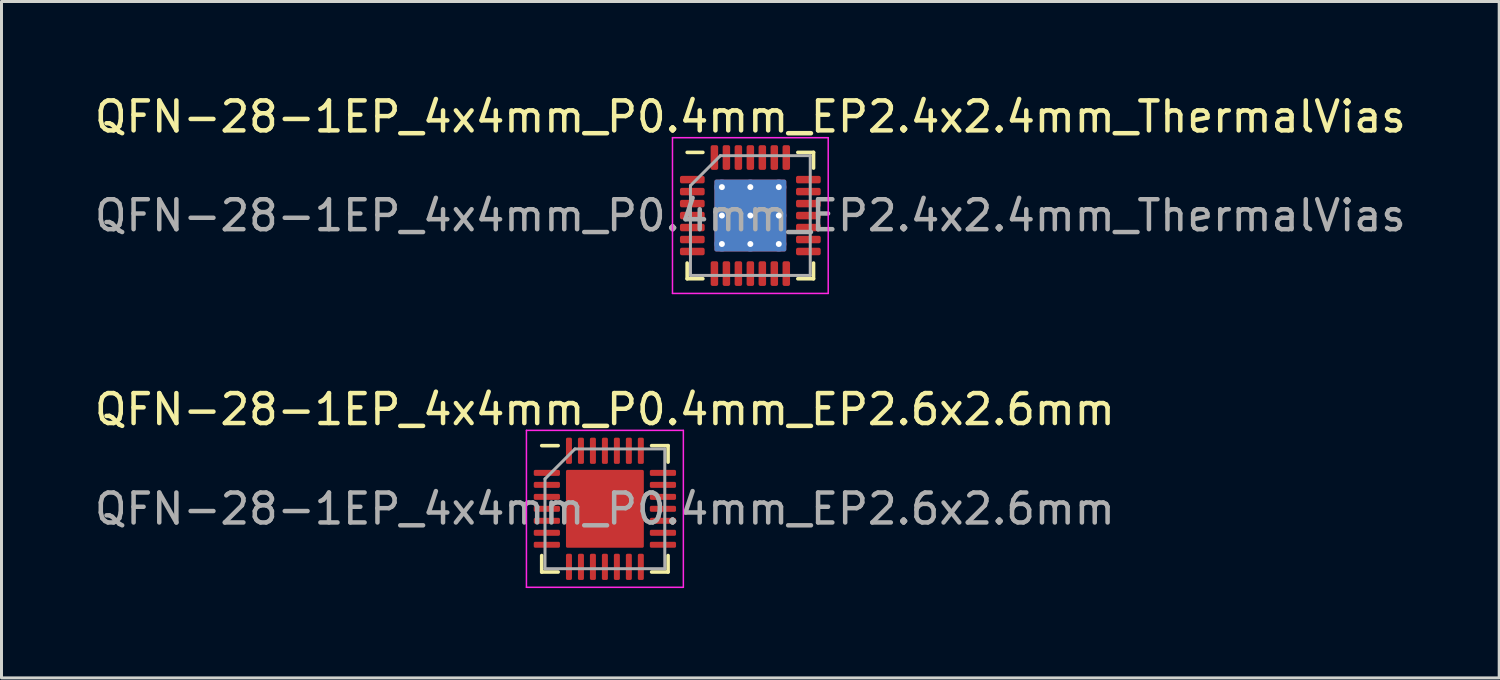
<source format=kicad_pcb>
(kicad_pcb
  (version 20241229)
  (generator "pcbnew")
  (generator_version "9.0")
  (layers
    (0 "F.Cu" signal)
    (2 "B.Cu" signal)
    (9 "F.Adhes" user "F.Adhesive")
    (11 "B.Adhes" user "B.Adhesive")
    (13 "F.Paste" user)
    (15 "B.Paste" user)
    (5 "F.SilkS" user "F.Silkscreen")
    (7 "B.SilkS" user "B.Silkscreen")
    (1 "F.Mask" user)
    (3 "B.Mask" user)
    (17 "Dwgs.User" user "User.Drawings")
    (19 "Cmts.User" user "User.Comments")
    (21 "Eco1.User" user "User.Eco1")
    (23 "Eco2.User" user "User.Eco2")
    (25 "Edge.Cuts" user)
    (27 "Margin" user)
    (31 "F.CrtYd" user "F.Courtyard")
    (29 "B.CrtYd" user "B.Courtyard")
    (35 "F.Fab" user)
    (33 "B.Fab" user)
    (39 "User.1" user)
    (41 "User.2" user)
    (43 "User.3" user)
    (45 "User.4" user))
  (footprint "QFN-28-1EP_4x4mm_P0.4mm_EP2.6x2.6mm"
    (layer "F.Cu")
    (at 17.149 13.941)
    (property "Reference" "QFN-28-1EP_4x4mm_P0.4mm_EP2.6x2.6mm" (at 0 -3.32 0) (layer "F.SilkS") (effects (font (size 1 1) (thickness 0.15))))
    (attr smd)
    (fp_line (start -2.11 2.11) (end -2.11 1.56) (stroke (width 0.12) (type solid)) (layer "F.SilkS"))
    (fp_line (start -1.56 -2.11) (end -2.11 -2.11) (stroke (width 0.12) (type solid)) (layer "F.SilkS"))
    (fp_line (start -1.56 2.11) (end -2.11 2.11) (stroke (width 0.12) (type solid)) (layer "F.SilkS"))
    (fp_line (start 1.56 -2.11) (end 2.11 -2.11) (stroke (width 0.12) (type solid)) (layer "F.SilkS"))
    (fp_line (start 1.56 2.11) (end 2.11 2.11) (stroke (width 0.12) (type solid)) (layer "F.SilkS"))
    (fp_line (start 2.11 -2.11) (end 2.11 -1.56) (stroke (width 0.12) (type solid)) (layer "F.SilkS"))
    (fp_line (start 2.11 2.11) (end 2.11 1.56) (stroke (width 0.12) (type solid)) (layer "F.SilkS"))
    (fp_line (start -2.62 -2.62) (end -2.62 2.62) (stroke (width 0.05) (type solid)) (layer "F.CrtYd"))
    (fp_line (start -2.62 2.62) (end 2.62 2.62) (stroke (width 0.05) (type solid)) (layer "F.CrtYd"))
    (fp_line (start 2.62 -2.62) (end -2.62 -2.62) (stroke (width 0.05) (type solid)) (layer "F.CrtYd"))
    (fp_line (start 2.62 2.62) (end 2.62 -2.62) (stroke (width 0.05) (type solid)) (layer "F.CrtYd"))
    (fp_line (start -2 -1) (end -1 -2) (stroke (width 0.1) (type solid)) (layer "F.Fab"))
    (fp_line (start -2 2) (end -2 -1) (stroke (width 0.1) (type solid)) (layer "F.Fab"))
    (fp_line (start -1 -2) (end 2 -2) (stroke (width 0.1) (type solid)) (layer "F.Fab"))
    (fp_line (start 2 -2) (end 2 2) (stroke (width 0.1) (type solid)) (layer "F.Fab"))
    (fp_line (start 2 2) (end -2 2) (stroke (width 0.1) (type solid)) (layer "F.Fab"))
    (fp_text user "${REFERENCE}" (at 0 0 0) (layer "F.Fab") (effects (font (size 1 1) (thickness 0.15))))
    (pad "" smd roundrect (at -0.65 -0.65) (size 1.05 1.05) (layers "F.Paste") (roundrect_rratio 0.238))
    (pad "" smd roundrect (at -0.65 0.65) (size 1.05 1.05) (layers "F.Paste") (roundrect_rratio 0.238))
    (pad "" smd roundrect (at 0.65 -0.65) (size 1.05 1.05) (layers "F.Paste") (roundrect_rratio 0.238))
    (pad "" smd roundrect (at 0.65 0.65) (size 1.05 1.05) (layers "F.Paste") (roundrect_rratio 0.238))
    (pad "1" smd roundrect (at -1.938 -1.2) (size 0.875 0.2) (layers "F.Cu" "F.Mask" "F.Paste") (roundrect_rratio 0.25))
    (pad "2" smd roundrect (at -1.938 -0.8) (size 0.875 0.2) (layers "F.Cu" "F.Mask" "F.Paste") (roundrect_rratio 0.25))
    (pad "3" smd roundrect (at -1.938 -0.4) (size 0.875 0.2) (layers "F.Cu" "F.Mask" "F.Paste") (roundrect_rratio 0.25))
    (pad "4" smd roundrect (at -1.938 0) (size 0.875 0.2) (layers "F.Cu" "F.Mask" "F.Paste") (roundrect_rratio 0.25))
    (pad "5" smd roundrect (at -1.938 0.4) (size 0.875 0.2) (layers "F.Cu" "F.Mask" "F.Paste") (roundrect_rratio 0.25))
    (pad "6" smd roundrect (at -1.938 0.8) (size 0.875 0.2) (layers "F.Cu" "F.Mask" "F.Paste") (roundrect_rratio 0.25))
    (pad "7" smd roundrect (at -1.938 1.2) (size 0.875 0.2) (layers "F.Cu" "F.Mask" "F.Paste") (roundrect_rratio 0.25))
    (pad "8" smd roundrect (at -1.2 1.938) (size 0.2 0.875) (layers "F.Cu" "F.Mask" "F.Paste") (roundrect_rratio 0.25))
    (pad "9" smd roundrect (at -0.8 1.938) (size 0.2 0.875) (layers "F.Cu" "F.Mask" "F.Paste") (roundrect_rratio 0.25))
    (pad "10" smd roundrect (at -0.4 1.938) (size 0.2 0.875) (layers "F.Cu" "F.Mask" "F.Paste") (roundrect_rratio 0.25))
    (pad "11" smd roundrect (at 0 1.938) (size 0.2 0.875) (layers "F.Cu" "F.Mask" "F.Paste") (roundrect_rratio 0.25))
    (pad "12" smd roundrect (at 0.4 1.938) (size 0.2 0.875) (layers "F.Cu" "F.Mask" "F.Paste") (roundrect_rratio 0.25))
    (pad "13" smd roundrect (at 0.8 1.938) (size 0.2 0.875) (layers "F.Cu" "F.Mask" "F.Paste") (roundrect_rratio 0.25))
    (pad "14" smd roundrect (at 1.2 1.938) (size 0.2 0.875) (layers "F.Cu" "F.Mask" "F.Paste") (roundrect_rratio 0.25))
    (pad "15" smd roundrect (at 1.938 1.2) (size 0.875 0.2) (layers "F.Cu" "F.Mask" "F.Paste") (roundrect_rratio 0.25))
    (pad "16" smd roundrect (at 1.938 0.8) (size 0.875 0.2) (layers "F.Cu" "F.Mask" "F.Paste") (roundrect_rratio 0.25))
    (pad "17" smd roundrect (at 1.938 0.4) (size 0.875 0.2) (layers "F.Cu" "F.Mask" "F.Paste") (roundrect_rratio 0.25))
    (pad "18" smd roundrect (at 1.938 0) (size 0.875 0.2) (layers "F.Cu" "F.Mask" "F.Paste") (roundrect_rratio 0.25))
    (pad "19" smd roundrect (at 1.938 -0.4) (size 0.875 0.2) (layers "F.Cu" "F.Mask" "F.Paste") (roundrect_rratio 0.25))
    (pad "20" smd roundrect (at 1.938 -0.8) (size 0.875 0.2) (layers "F.Cu" "F.Mask" "F.Paste") (roundrect_rratio 0.25))
    (pad "21" smd roundrect (at 1.938 -1.2) (size 0.875 0.2) (layers "F.Cu" "F.Mask" "F.Paste") (roundrect_rratio 0.25))
    (pad "22" smd roundrect (at 1.2 -1.938) (size 0.2 0.875) (layers "F.Cu" "F.Mask" "F.Paste") (roundrect_rratio 0.25))
    (pad "23" smd roundrect (at 0.8 -1.938) (size 0.2 0.875) (layers "F.Cu" "F.Mask" "F.Paste") (roundrect_rratio 0.25))
    (pad "24" smd roundrect (at 0.4 -1.938) (size 0.2 0.875) (layers "F.Cu" "F.Mask" "F.Paste") (roundrect_rratio 0.25))
    (pad "25" smd roundrect (at 0 -1.938) (size 0.2 0.875) (layers "F.Cu" "F.Mask" "F.Paste") (roundrect_rratio 0.25))
    (pad "26" smd roundrect (at -0.4 -1.938) (size 0.2 0.875) (layers "F.Cu" "F.Mask" "F.Paste") (roundrect_rratio 0.25))
    (pad "27" smd roundrect (at -0.8 -1.938) (size 0.2 0.875) (layers "F.Cu" "F.Mask" "F.Paste") (roundrect_rratio 0.25))
    (pad "28" smd roundrect (at -1.2 -1.938) (size 0.2 0.875) (layers "F.Cu" "F.Mask" "F.Paste") (roundrect_rratio 0.25))
    (pad "29" smd roundrect (at 0 0) (size 2.6 2.6) (layers "F.Cu" "F.Mask") (roundrect_rratio 0.019)))
  (footprint "QFN-28-1EP_4x4mm_P0.4mm_EP2.4x2.4mm_ThermalVias"
    (layer "F.Cu")
    (at 22.006 4.148)
    (property "Reference" "QFN-28-1EP_4x4mm_P0.4mm_EP2.4x2.4mm_ThermalVias" (at 0 -3.3 0) (layer "F.SilkS") (effects (font (size 1 1) (thickness 0.15))))
    (attr smd)
    (fp_line (start -2.11 2.11) (end -2.11 1.585) (stroke (width 0.12) (type solid)) (layer "F.SilkS"))
    (fp_line (start -1.585 -2.11) (end -2.11 -2.11) (stroke (width 0.12) (type solid)) (layer "F.SilkS"))
    (fp_line (start -1.585 2.11) (end -2.11 2.11) (stroke (width 0.12) (type solid)) (layer "F.SilkS"))
    (fp_line (start 1.585 -2.11) (end 2.11 -2.11) (stroke (width 0.12) (type solid)) (layer "F.SilkS"))
    (fp_line (start 1.585 2.11) (end 2.11 2.11) (stroke (width 0.12) (type solid)) (layer "F.SilkS"))
    (fp_line (start 2.11 -2.11) (end 2.11 -1.585) (stroke (width 0.12) (type solid)) (layer "F.SilkS"))
    (fp_line (start 2.11 2.11) (end 2.11 1.585) (stroke (width 0.12) (type solid)) (layer "F.SilkS"))
    (fp_line (start -2.6 -2.6) (end -2.6 2.6) (stroke (width 0.05) (type solid)) (layer "F.CrtYd"))
    (fp_line (start -2.6 2.6) (end 2.6 2.6) (stroke (width 0.05) (type solid)) (layer "F.CrtYd"))
    (fp_line (start 2.6 -2.6) (end -2.6 -2.6) (stroke (width 0.05) (type solid)) (layer "F.CrtYd"))
    (fp_line (start 2.6 2.6) (end 2.6 -2.6) (stroke (width 0.05) (type solid)) (layer "F.CrtYd"))
    (fp_line (start -2 -1) (end -1 -2) (stroke (width 0.1) (type solid)) (layer "F.Fab"))
    (fp_line (start -2 2) (end -2 -1) (stroke (width 0.1) (type solid)) (layer "F.Fab"))
    (fp_line (start -1 -2) (end 2 -2) (stroke (width 0.1) (type solid)) (layer "F.Fab"))
    (fp_line (start 2 -2) (end 2 2) (stroke (width 0.1) (type solid)) (layer "F.Fab"))
    (fp_line (start 2 2) (end -2 2) (stroke (width 0.1) (type solid)) (layer "F.Fab"))
    (fp_text user "${REFERENCE}" (at 0 0 0) (layer "F.Fab") (effects (font (size 1 1) (thickness 0.15))))
    (pad "" smd roundrect (at -0.6 -0.6) (size 1.04 1.04) (layers "F.Paste") (roundrect_rratio 0.24))
    (pad "" smd roundrect (at -0.6 0.6) (size 1.04 1.04) (layers "F.Paste") (roundrect_rratio 0.24))
    (pad "" smd roundrect (at 0.6 -0.6) (size 1.04 1.04) (layers "F.Paste") (roundrect_rratio 0.24))
    (pad "" smd roundrect (at 0.6 0.6) (size 1.04 1.04) (layers "F.Paste") (roundrect_rratio 0.24))
    (pad "1" smd roundrect (at -1.938 -1.2) (size 0.825 0.25) (layers "F.Cu" "F.Mask" "F.Paste") (roundrect_rratio 0.25))
    (pad "2" smd roundrect (at -1.938 -0.8) (size 0.825 0.25) (layers "F.Cu" "F.Mask" "F.Paste") (roundrect_rratio 0.25))
    (pad "3" smd roundrect (at -1.938 -0.4) (size 0.825 0.25) (layers "F.Cu" "F.Mask" "F.Paste") (roundrect_rratio 0.25))
    (pad "4" smd roundrect (at -1.938 0) (size 0.825 0.25) (layers "F.Cu" "F.Mask" "F.Paste") (roundrect_rratio 0.25))
    (pad "5" smd roundrect (at -1.938 0.4) (size 0.825 0.25) (layers "F.Cu" "F.Mask" "F.Paste") (roundrect_rratio 0.25))
    (pad "6" smd roundrect (at -1.938 0.8) (size 0.825 0.25) (layers "F.Cu" "F.Mask" "F.Paste") (roundrect_rratio 0.25))
    (pad "7" smd roundrect (at -1.938 1.2) (size 0.825 0.25) (layers "F.Cu" "F.Mask" "F.Paste") (roundrect_rratio 0.25))
    (pad "8" smd roundrect (at -1.2 1.938) (size 0.25 0.825) (layers "F.Cu" "F.Mask" "F.Paste") (roundrect_rratio 0.25))
    (pad "9" smd roundrect (at -0.8 1.938) (size 0.25 0.825) (layers "F.Cu" "F.Mask" "F.Paste") (roundrect_rratio 0.25))
    (pad "10" smd roundrect (at -0.4 1.938) (size 0.25 0.825) (layers "F.Cu" "F.Mask" "F.Paste") (roundrect_rratio 0.25))
    (pad "11" smd roundrect (at 0 1.938) (size 0.25 0.825) (layers "F.Cu" "F.Mask" "F.Paste") (roundrect_rratio 0.25))
    (pad "12" smd roundrect (at 0.4 1.938) (size 0.25 0.825) (layers "F.Cu" "F.Mask" "F.Paste") (roundrect_rratio 0.25))
    (pad "13" smd roundrect (at 0.8 1.938) (size 0.25 0.825) (layers "F.Cu" "F.Mask" "F.Paste") (roundrect_rratio 0.25))
    (pad "14" smd roundrect (at 1.2 1.938) (size 0.25 0.825) (layers "F.Cu" "F.Mask" "F.Paste") (roundrect_rratio 0.25))
    (pad "15" smd roundrect (at 1.938 1.2) (size 0.825 0.25) (layers "F.Cu" "F.Mask" "F.Paste") (roundrect_rratio 0.25))
    (pad "16" smd roundrect (at 1.938 0.8) (size 0.825 0.25) (layers "F.Cu" "F.Mask" "F.Paste") (roundrect_rratio 0.25))
    (pad "17" smd roundrect (at 1.938 0.4) (size 0.825 0.25) (layers "F.Cu" "F.Mask" "F.Paste") (roundrect_rratio 0.25))
    (pad "18" smd roundrect (at 1.938 0) (size 0.825 0.25) (layers "F.Cu" "F.Mask" "F.Paste") (roundrect_rratio 0.25))
    (pad "19" smd roundrect (at 1.938 -0.4) (size 0.825 0.25) (layers "F.Cu" "F.Mask" "F.Paste") (roundrect_rratio 0.25))
    (pad "20" smd roundrect (at 1.938 -0.8) (size 0.825 0.25) (layers "F.Cu" "F.Mask" "F.Paste") (roundrect_rratio 0.25))
    (pad "21" smd roundrect (at 1.938 -1.2) (size 0.825 0.25) (layers "F.Cu" "F.Mask" "F.Paste") (roundrect_rratio 0.25))
    (pad "22" smd roundrect (at 1.2 -1.938) (size 0.25 0.825) (layers "F.Cu" "F.Mask" "F.Paste") (roundrect_rratio 0.25))
    (pad "23" smd roundrect (at 0.8 -1.938) (size 0.25 0.825) (layers "F.Cu" "F.Mask" "F.Paste") (roundrect_rratio 0.25))
    (pad "24" smd roundrect (at 0.4 -1.938) (size 0.25 0.825) (layers "F.Cu" "F.Mask" "F.Paste") (roundrect_rratio 0.25))
    (pad "25" smd roundrect (at 0 -1.938) (size 0.25 0.825) (layers "F.Cu" "F.Mask" "F.Paste") (roundrect_rratio 0.25))
    (pad "26" smd roundrect (at -0.4 -1.938) (size 0.25 0.825) (layers "F.Cu" "F.Mask" "F.Paste") (roundrect_rratio 0.25))
    (pad "27" smd roundrect (at -0.8 -1.938) (size 0.25 0.825) (layers "F.Cu" "F.Mask" "F.Paste") (roundrect_rratio 0.25))
    (pad "28" smd roundrect (at -1.2 -1.938) (size 0.25 0.825) (layers "F.Cu" "F.Mask" "F.Paste") (roundrect_rratio 0.25))
    (pad "29" thru_hole circle (at -0.95 -0.95) (size 0.5 0.5) (drill 0.2) (layers "*.Cu"))
    (pad "29" thru_hole circle (at -0.95 0) (size 0.5 0.5) (drill 0.2) (layers "*.Cu"))
    (pad "29" thru_hole circle (at -0.95 0.95) (size 0.5 0.5) (drill 0.2) (layers "*.Cu"))
    (pad "29" thru_hole circle (at 0 -0.95) (size 0.5 0.5) (drill 0.2) (layers "*.Cu"))
    (pad "29" thru_hole circle (at 0 0) (size 0.5 0.5) (drill 0.2) (layers "*.Cu"))
    (pad "29" smd roundrect (at 0 0) (size 2.4 2.4) (layers "F.Cu" "F.Mask") (roundrect_rratio 0.026))
    (pad "29" smd roundrect (at 0 0) (size 2.4 2.4) (layers "B.Cu") (roundrect_rratio 0.026))
    (pad "29" thru_hole circle (at 0 0.95) (size 0.5 0.5) (drill 0.2) (layers "*.Cu"))
    (pad "29" thru_hole circle (at 0.95 -0.95) (size 0.5 0.5) (drill 0.2) (layers "*.Cu"))
    (pad "29" thru_hole circle (at 0.95 0) (size 0.5 0.5) (drill 0.2) (layers "*.Cu"))
    (pad "29" thru_hole circle (at 0.95 0.95) (size 0.5 0.5) (drill 0.2) (layers "*.Cu")))
  (gr_rect
    (start -3 -3)
    (end 47.012 19.587)
    (stroke (width 0.1) (type default))
    (fill no)
    (layer "Edge.Cuts")))
</source>
